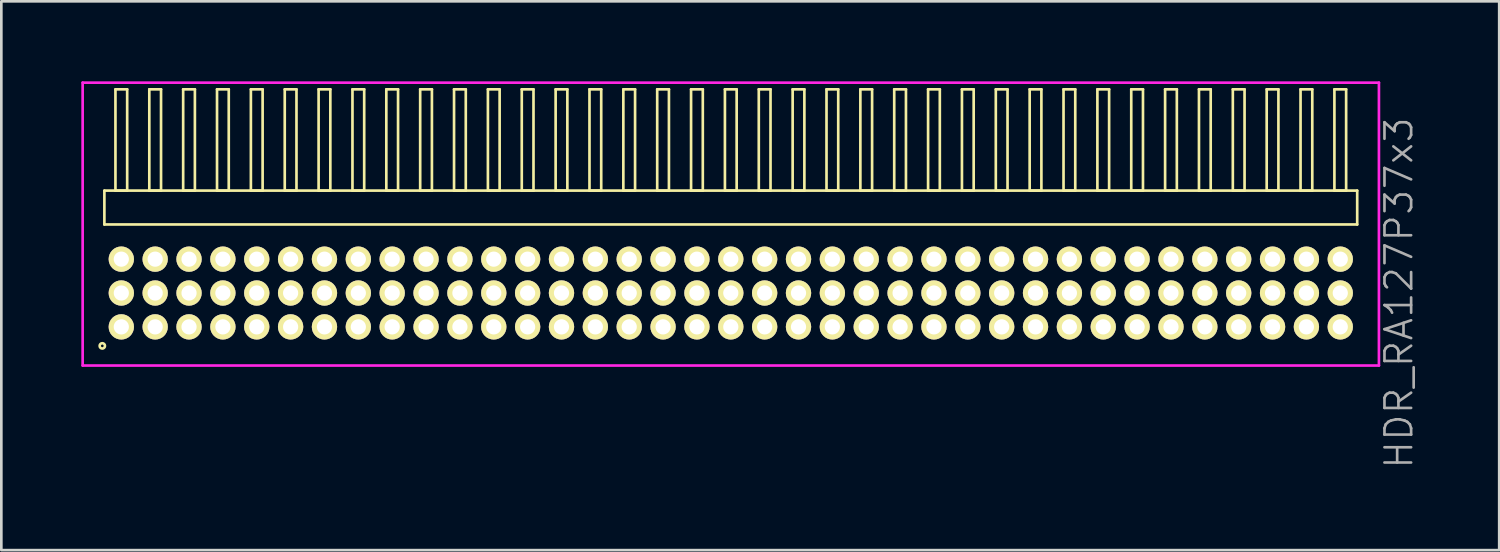
<source format=kicad_pcb>
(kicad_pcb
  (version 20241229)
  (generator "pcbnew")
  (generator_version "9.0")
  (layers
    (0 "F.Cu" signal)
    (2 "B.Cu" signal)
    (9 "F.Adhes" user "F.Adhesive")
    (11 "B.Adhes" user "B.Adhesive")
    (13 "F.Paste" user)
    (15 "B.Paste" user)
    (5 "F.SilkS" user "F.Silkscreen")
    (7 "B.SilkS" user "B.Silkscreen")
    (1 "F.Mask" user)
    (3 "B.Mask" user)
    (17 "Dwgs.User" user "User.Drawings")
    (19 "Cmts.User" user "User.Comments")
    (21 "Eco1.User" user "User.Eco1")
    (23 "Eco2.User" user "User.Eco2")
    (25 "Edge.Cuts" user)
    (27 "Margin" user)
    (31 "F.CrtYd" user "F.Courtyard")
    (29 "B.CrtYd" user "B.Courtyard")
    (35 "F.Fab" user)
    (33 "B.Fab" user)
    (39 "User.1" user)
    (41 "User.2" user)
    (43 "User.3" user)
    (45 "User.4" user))
  (footprint "HDR_RA127P37x3"
    (layer "F.Cu")
    (at 24.36 7.94)
    (property "Reference" "HDR_RA127P37x3" (at 25.06 0 90) (layer "F.Fab") (effects (font (size 1 1) (thickness 0.1))))
    (attr through_hole)
    (fp_line (start -23.495 -3.84) (end -23.495 -2.57) (stroke (width 0.1) (type solid)) (layer "F.SilkS"))
    (fp_line (start -23.495 -2.57) (end 23.495 -2.57) (stroke (width 0.1) (type solid)) (layer "F.SilkS"))
    (fp_line (start -23.08 -7.64) (end -23.08 -3.84) (stroke (width 0.1) (type solid)) (layer "F.SilkS"))
    (fp_line (start -23.08 -3.84) (end -22.64 -3.84) (stroke (width 0.1) (type solid)) (layer "F.SilkS"))
    (fp_line (start -22.64 -7.64) (end -23.08 -7.64) (stroke (width 0.1) (type solid)) (layer "F.SilkS"))
    (fp_line (start -22.64 -3.84) (end -22.64 -7.64) (stroke (width 0.1) (type solid)) (layer "F.SilkS"))
    (fp_line (start -21.81 -7.64) (end -21.81 -3.84) (stroke (width 0.1) (type solid)) (layer "F.SilkS"))
    (fp_line (start -21.81 -3.84) (end -21.37 -3.84) (stroke (width 0.1) (type solid)) (layer "F.SilkS"))
    (fp_line (start -21.37 -7.64) (end -21.81 -7.64) (stroke (width 0.1) (type solid)) (layer "F.SilkS"))
    (fp_line (start -21.37 -3.84) (end -21.37 -7.64) (stroke (width 0.1) (type solid)) (layer "F.SilkS"))
    (fp_line (start -20.54 -7.64) (end -20.54 -3.84) (stroke (width 0.1) (type solid)) (layer "F.SilkS"))
    (fp_line (start -20.54 -3.84) (end -20.1 -3.84) (stroke (width 0.1) (type solid)) (layer "F.SilkS"))
    (fp_line (start -20.1 -7.64) (end -20.54 -7.64) (stroke (width 0.1) (type solid)) (layer "F.SilkS"))
    (fp_line (start -20.1 -3.84) (end -20.1 -7.64) (stroke (width 0.1) (type solid)) (layer "F.SilkS"))
    (fp_line (start -19.27 -7.64) (end -19.27 -3.84) (stroke (width 0.1) (type solid)) (layer "F.SilkS"))
    (fp_line (start -19.27 -3.84) (end -18.83 -3.84) (stroke (width 0.1) (type solid)) (layer "F.SilkS"))
    (fp_line (start -18.83 -7.64) (end -19.27 -7.64) (stroke (width 0.1) (type solid)) (layer "F.SilkS"))
    (fp_line (start -18.83 -3.84) (end -18.83 -7.64) (stroke (width 0.1) (type solid)) (layer "F.SilkS"))
    (fp_line (start -18 -7.64) (end -18 -3.84) (stroke (width 0.1) (type solid)) (layer "F.SilkS"))
    (fp_line (start -18 -3.84) (end -17.56 -3.84) (stroke (width 0.1) (type solid)) (layer "F.SilkS"))
    (fp_line (start -17.56 -7.64) (end -18 -7.64) (stroke (width 0.1) (type solid)) (layer "F.SilkS"))
    (fp_line (start -17.56 -3.84) (end -17.56 -7.64) (stroke (width 0.1) (type solid)) (layer "F.SilkS"))
    (fp_line (start -16.73 -7.64) (end -16.73 -3.84) (stroke (width 0.1) (type solid)) (layer "F.SilkS"))
    (fp_line (start -16.73 -3.84) (end -16.29 -3.84) (stroke (width 0.1) (type solid)) (layer "F.SilkS"))
    (fp_line (start -16.29 -7.64) (end -16.73 -7.64) (stroke (width 0.1) (type solid)) (layer "F.SilkS"))
    (fp_line (start -16.29 -3.84) (end -16.29 -7.64) (stroke (width 0.1) (type solid)) (layer "F.SilkS"))
    (fp_line (start -15.46 -7.64) (end -15.46 -3.84) (stroke (width 0.1) (type solid)) (layer "F.SilkS"))
    (fp_line (start -15.46 -3.84) (end -15.02 -3.84) (stroke (width 0.1) (type solid)) (layer "F.SilkS"))
    (fp_line (start -15.02 -7.64) (end -15.46 -7.64) (stroke (width 0.1) (type solid)) (layer "F.SilkS"))
    (fp_line (start -15.02 -3.84) (end -15.02 -7.64) (stroke (width 0.1) (type solid)) (layer "F.SilkS"))
    (fp_line (start -14.19 -7.64) (end -14.19 -3.84) (stroke (width 0.1) (type solid)) (layer "F.SilkS"))
    (fp_line (start -14.19 -3.84) (end -13.75 -3.84) (stroke (width 0.1) (type solid)) (layer "F.SilkS"))
    (fp_line (start -13.75 -7.64) (end -14.19 -7.64) (stroke (width 0.1) (type solid)) (layer "F.SilkS"))
    (fp_line (start -13.75 -3.84) (end -13.75 -7.64) (stroke (width 0.1) (type solid)) (layer "F.SilkS"))
    (fp_line (start -12.92 -7.64) (end -12.92 -3.84) (stroke (width 0.1) (type solid)) (layer "F.SilkS"))
    (fp_line (start -12.92 -3.84) (end -12.48 -3.84) (stroke (width 0.1) (type solid)) (layer "F.SilkS"))
    (fp_line (start -12.48 -7.64) (end -12.92 -7.64) (stroke (width 0.1) (type solid)) (layer "F.SilkS"))
    (fp_line (start -12.48 -3.84) (end -12.48 -7.64) (stroke (width 0.1) (type solid)) (layer "F.SilkS"))
    (fp_line (start -11.65 -7.64) (end -11.65 -3.84) (stroke (width 0.1) (type solid)) (layer "F.SilkS"))
    (fp_line (start -11.65 -3.84) (end -11.21 -3.84) (stroke (width 0.1) (type solid)) (layer "F.SilkS"))
    (fp_line (start -11.21 -7.64) (end -11.65 -7.64) (stroke (width 0.1) (type solid)) (layer "F.SilkS"))
    (fp_line (start -11.21 -3.84) (end -11.21 -7.64) (stroke (width 0.1) (type solid)) (layer "F.SilkS"))
    (fp_line (start -10.38 -7.64) (end -10.38 -3.84) (stroke (width 0.1) (type solid)) (layer "F.SilkS"))
    (fp_line (start -10.38 -3.84) (end -9.94 -3.84) (stroke (width 0.1) (type solid)) (layer "F.SilkS"))
    (fp_line (start -9.94 -7.64) (end -10.38 -7.64) (stroke (width 0.1) (type solid)) (layer "F.SilkS"))
    (fp_line (start -9.94 -3.84) (end -9.94 -7.64) (stroke (width 0.1) (type solid)) (layer "F.SilkS"))
    (fp_line (start -9.11 -7.64) (end -9.11 -3.84) (stroke (width 0.1) (type solid)) (layer "F.SilkS"))
    (fp_line (start -9.11 -3.84) (end -8.67 -3.84) (stroke (width 0.1) (type solid)) (layer "F.SilkS"))
    (fp_line (start -8.67 -7.64) (end -9.11 -7.64) (stroke (width 0.1) (type solid)) (layer "F.SilkS"))
    (fp_line (start -8.67 -3.84) (end -8.67 -7.64) (stroke (width 0.1) (type solid)) (layer "F.SilkS"))
    (fp_line (start -7.84 -7.64) (end -7.84 -3.84) (stroke (width 0.1) (type solid)) (layer "F.SilkS"))
    (fp_line (start -7.84 -3.84) (end -7.4 -3.84) (stroke (width 0.1) (type solid)) (layer "F.SilkS"))
    (fp_line (start -7.4 -7.64) (end -7.84 -7.64) (stroke (width 0.1) (type solid)) (layer "F.SilkS"))
    (fp_line (start -7.4 -3.84) (end -7.4 -7.64) (stroke (width 0.1) (type solid)) (layer "F.SilkS"))
    (fp_line (start -6.57 -7.64) (end -6.57 -3.84) (stroke (width 0.1) (type solid)) (layer "F.SilkS"))
    (fp_line (start -6.57 -3.84) (end -6.13 -3.84) (stroke (width 0.1) (type solid)) (layer "F.SilkS"))
    (fp_line (start -6.13 -7.64) (end -6.57 -7.64) (stroke (width 0.1) (type solid)) (layer "F.SilkS"))
    (fp_line (start -6.13 -3.84) (end -6.13 -7.64) (stroke (width 0.1) (type solid)) (layer "F.SilkS"))
    (fp_line (start -5.3 -7.64) (end -5.3 -3.84) (stroke (width 0.1) (type solid)) (layer "F.SilkS"))
    (fp_line (start -5.3 -3.84) (end -4.86 -3.84) (stroke (width 0.1) (type solid)) (layer "F.SilkS"))
    (fp_line (start -4.86 -7.64) (end -5.3 -7.64) (stroke (width 0.1) (type solid)) (layer "F.SilkS"))
    (fp_line (start -4.86 -3.84) (end -4.86 -7.64) (stroke (width 0.1) (type solid)) (layer "F.SilkS"))
    (fp_line (start -4.03 -7.64) (end -4.03 -3.84) (stroke (width 0.1) (type solid)) (layer "F.SilkS"))
    (fp_line (start -4.03 -3.84) (end -3.59 -3.84) (stroke (width 0.1) (type solid)) (layer "F.SilkS"))
    (fp_line (start -3.59 -7.64) (end -4.03 -7.64) (stroke (width 0.1) (type solid)) (layer "F.SilkS"))
    (fp_line (start -3.59 -3.84) (end -3.59 -7.64) (stroke (width 0.1) (type solid)) (layer "F.SilkS"))
    (fp_line (start -2.76 -7.64) (end -2.76 -3.84) (stroke (width 0.1) (type solid)) (layer "F.SilkS"))
    (fp_line (start -2.76 -3.84) (end -2.32 -3.84) (stroke (width 0.1) (type solid)) (layer "F.SilkS"))
    (fp_line (start -2.32 -7.64) (end -2.76 -7.64) (stroke (width 0.1) (type solid)) (layer "F.SilkS"))
    (fp_line (start -2.32 -3.84) (end -2.32 -7.64) (stroke (width 0.1) (type solid)) (layer "F.SilkS"))
    (fp_line (start -1.49 -7.64) (end -1.49 -3.84) (stroke (width 0.1) (type solid)) (layer "F.SilkS"))
    (fp_line (start -1.49 -3.84) (end -1.05 -3.84) (stroke (width 0.1) (type solid)) (layer "F.SilkS"))
    (fp_line (start -1.05 -7.64) (end -1.49 -7.64) (stroke (width 0.1) (type solid)) (layer "F.SilkS"))
    (fp_line (start -1.05 -3.84) (end -1.05 -7.64) (stroke (width 0.1) (type solid)) (layer "F.SilkS"))
    (fp_line (start -0.22 -7.64) (end -0.22 -3.84) (stroke (width 0.1) (type solid)) (layer "F.SilkS"))
    (fp_line (start -0.22 -3.84) (end 0.22 -3.84) (stroke (width 0.1) (type solid)) (layer "F.SilkS"))
    (fp_line (start 0.22 -7.64) (end -0.22 -7.64) (stroke (width 0.1) (type solid)) (layer "F.SilkS"))
    (fp_line (start 0.22 -3.84) (end 0.22 -7.64) (stroke (width 0.1) (type solid)) (layer "F.SilkS"))
    (fp_line (start 1.05 -7.64) (end 1.05 -3.84) (stroke (width 0.1) (type solid)) (layer "F.SilkS"))
    (fp_line (start 1.05 -3.84) (end 1.49 -3.84) (stroke (width 0.1) (type solid)) (layer "F.SilkS"))
    (fp_line (start 1.49 -7.64) (end 1.05 -7.64) (stroke (width 0.1) (type solid)) (layer "F.SilkS"))
    (fp_line (start 1.49 -3.84) (end 1.49 -7.64) (stroke (width 0.1) (type solid)) (layer "F.SilkS"))
    (fp_line (start 2.32 -7.64) (end 2.32 -3.84) (stroke (width 0.1) (type solid)) (layer "F.SilkS"))
    (fp_line (start 2.32 -3.84) (end 2.76 -3.84) (stroke (width 0.1) (type solid)) (layer "F.SilkS"))
    (fp_line (start 2.76 -7.64) (end 2.32 -7.64) (stroke (width 0.1) (type solid)) (layer "F.SilkS"))
    (fp_line (start 2.76 -3.84) (end 2.76 -7.64) (stroke (width 0.1) (type solid)) (layer "F.SilkS"))
    (fp_line (start 3.59 -7.64) (end 3.59 -3.84) (stroke (width 0.1) (type solid)) (layer "F.SilkS"))
    (fp_line (start 3.59 -3.84) (end 4.03 -3.84) (stroke (width 0.1) (type solid)) (layer "F.SilkS"))
    (fp_line (start 4.03 -7.64) (end 3.59 -7.64) (stroke (width 0.1) (type solid)) (layer "F.SilkS"))
    (fp_line (start 4.03 -3.84) (end 4.03 -7.64) (stroke (width 0.1) (type solid)) (layer "F.SilkS"))
    (fp_line (start 4.86 -7.64) (end 4.86 -3.84) (stroke (width 0.1) (type solid)) (layer "F.SilkS"))
    (fp_line (start 4.86 -3.84) (end 5.3 -3.84) (stroke (width 0.1) (type solid)) (layer "F.SilkS"))
    (fp_line (start 5.3 -7.64) (end 4.86 -7.64) (stroke (width 0.1) (type solid)) (layer "F.SilkS"))
    (fp_line (start 5.3 -3.84) (end 5.3 -7.64) (stroke (width 0.1) (type solid)) (layer "F.SilkS"))
    (fp_line (start 6.13 -7.64) (end 6.13 -3.84) (stroke (width 0.1) (type solid)) (layer "F.SilkS"))
    (fp_line (start 6.13 -3.84) (end 6.57 -3.84) (stroke (width 0.1) (type solid)) (layer "F.SilkS"))
    (fp_line (start 6.57 -7.64) (end 6.13 -7.64) (stroke (width 0.1) (type solid)) (layer "F.SilkS"))
    (fp_line (start 6.57 -3.84) (end 6.57 -7.64) (stroke (width 0.1) (type solid)) (layer "F.SilkS"))
    (fp_line (start 7.4 -7.64) (end 7.4 -3.84) (stroke (width 0.1) (type solid)) (layer "F.SilkS"))
    (fp_line (start 7.4 -3.84) (end 7.84 -3.84) (stroke (width 0.1) (type solid)) (layer "F.SilkS"))
    (fp_line (start 7.84 -7.64) (end 7.4 -7.64) (stroke (width 0.1) (type solid)) (layer "F.SilkS"))
    (fp_line (start 7.84 -3.84) (end 7.84 -7.64) (stroke (width 0.1) (type solid)) (layer "F.SilkS"))
    (fp_line (start 8.67 -7.64) (end 8.67 -3.84) (stroke (width 0.1) (type solid)) (layer "F.SilkS"))
    (fp_line (start 8.67 -3.84) (end 9.11 -3.84) (stroke (width 0.1) (type solid)) (layer "F.SilkS"))
    (fp_line (start 9.11 -7.64) (end 8.67 -7.64) (stroke (width 0.1) (type solid)) (layer "F.SilkS"))
    (fp_line (start 9.11 -3.84) (end 9.11 -7.64) (stroke (width 0.1) (type solid)) (layer "F.SilkS"))
    (fp_line (start 9.94 -7.64) (end 9.94 -3.84) (stroke (width 0.1) (type solid)) (layer "F.SilkS"))
    (fp_line (start 9.94 -3.84) (end 10.38 -3.84) (stroke (width 0.1) (type solid)) (layer "F.SilkS"))
    (fp_line (start 10.38 -7.64) (end 9.94 -7.64) (stroke (width 0.1) (type solid)) (layer "F.SilkS"))
    (fp_line (start 10.38 -3.84) (end 10.38 -7.64) (stroke (width 0.1) (type solid)) (layer "F.SilkS"))
    (fp_line (start 11.21 -7.64) (end 11.21 -3.84) (stroke (width 0.1) (type solid)) (layer "F.SilkS"))
    (fp_line (start 11.21 -3.84) (end 11.65 -3.84) (stroke (width 0.1) (type solid)) (layer "F.SilkS"))
    (fp_line (start 11.65 -7.64) (end 11.21 -7.64) (stroke (width 0.1) (type solid)) (layer "F.SilkS"))
    (fp_line (start 11.65 -3.84) (end 11.65 -7.64) (stroke (width 0.1) (type solid)) (layer "F.SilkS"))
    (fp_line (start 12.48 -7.64) (end 12.48 -3.84) (stroke (width 0.1) (type solid)) (layer "F.SilkS"))
    (fp_line (start 12.48 -3.84) (end 12.92 -3.84) (stroke (width 0.1) (type solid)) (layer "F.SilkS"))
    (fp_line (start 12.92 -7.64) (end 12.48 -7.64) (stroke (width 0.1) (type solid)) (layer "F.SilkS"))
    (fp_line (start 12.92 -3.84) (end 12.92 -7.64) (stroke (width 0.1) (type solid)) (layer "F.SilkS"))
    (fp_line (start 13.75 -7.64) (end 13.75 -3.84) (stroke (width 0.1) (type solid)) (layer "F.SilkS"))
    (fp_line (start 13.75 -3.84) (end 14.19 -3.84) (stroke (width 0.1) (type solid)) (layer "F.SilkS"))
    (fp_line (start 14.19 -7.64) (end 13.75 -7.64) (stroke (width 0.1) (type solid)) (layer "F.SilkS"))
    (fp_line (start 14.19 -3.84) (end 14.19 -7.64) (stroke (width 0.1) (type solid)) (layer "F.SilkS"))
    (fp_line (start 15.02 -7.64) (end 15.02 -3.84) (stroke (width 0.1) (type solid)) (layer "F.SilkS"))
    (fp_line (start 15.02 -3.84) (end 15.46 -3.84) (stroke (width 0.1) (type solid)) (layer "F.SilkS"))
    (fp_line (start 15.46 -7.64) (end 15.02 -7.64) (stroke (width 0.1) (type solid)) (layer "F.SilkS"))
    (fp_line (start 15.46 -3.84) (end 15.46 -7.64) (stroke (width 0.1) (type solid)) (layer "F.SilkS"))
    (fp_line (start 16.29 -7.64) (end 16.29 -3.84) (stroke (width 0.1) (type solid)) (layer "F.SilkS"))
    (fp_line (start 16.29 -3.84) (end 16.73 -3.84) (stroke (width 0.1) (type solid)) (layer "F.SilkS"))
    (fp_line (start 16.73 -7.64) (end 16.29 -7.64) (stroke (width 0.1) (type solid)) (layer "F.SilkS"))
    (fp_line (start 16.73 -3.84) (end 16.73 -7.64) (stroke (width 0.1) (type solid)) (layer "F.SilkS"))
    (fp_line (start 17.56 -7.64) (end 17.56 -3.84) (stroke (width 0.1) (type solid)) (layer "F.SilkS"))
    (fp_line (start 17.56 -3.84) (end 18 -3.84) (stroke (width 0.1) (type solid)) (layer "F.SilkS"))
    (fp_line (start 18 -7.64) (end 17.56 -7.64) (stroke (width 0.1) (type solid)) (layer "F.SilkS"))
    (fp_line (start 18 -3.84) (end 18 -7.64) (stroke (width 0.1) (type solid)) (layer "F.SilkS"))
    (fp_line (start 18.83 -7.64) (end 18.83 -3.84) (stroke (width 0.1) (type solid)) (layer "F.SilkS"))
    (fp_line (start 18.83 -3.84) (end 19.27 -3.84) (stroke (width 0.1) (type solid)) (layer "F.SilkS"))
    (fp_line (start 19.27 -7.64) (end 18.83 -7.64) (stroke (width 0.1) (type solid)) (layer "F.SilkS"))
    (fp_line (start 19.27 -3.84) (end 19.27 -7.64) (stroke (width 0.1) (type solid)) (layer "F.SilkS"))
    (fp_line (start 20.1 -7.64) (end 20.1 -3.84) (stroke (width 0.1) (type solid)) (layer "F.SilkS"))
    (fp_line (start 20.1 -3.84) (end 20.54 -3.84) (stroke (width 0.1) (type solid)) (layer "F.SilkS"))
    (fp_line (start 20.54 -7.64) (end 20.1 -7.64) (stroke (width 0.1) (type solid)) (layer "F.SilkS"))
    (fp_line (start 20.54 -3.84) (end 20.54 -7.64) (stroke (width 0.1) (type solid)) (layer "F.SilkS"))
    (fp_line (start 21.37 -7.64) (end 21.37 -3.84) (stroke (width 0.1) (type solid)) (layer "F.SilkS"))
    (fp_line (start 21.37 -3.84) (end 21.81 -3.84) (stroke (width 0.1) (type solid)) (layer "F.SilkS"))
    (fp_line (start 21.81 -7.64) (end 21.37 -7.64) (stroke (width 0.1) (type solid)) (layer "F.SilkS"))
    (fp_line (start 21.81 -3.84) (end 21.81 -7.64) (stroke (width 0.1) (type solid)) (layer "F.SilkS"))
    (fp_line (start 22.64 -7.64) (end 22.64 -3.84) (stroke (width 0.1) (type solid)) (layer "F.SilkS"))
    (fp_line (start 22.64 -3.84) (end 23.08 -3.84) (stroke (width 0.1) (type solid)) (layer "F.SilkS"))
    (fp_line (start 23.08 -7.64) (end 22.64 -7.64) (stroke (width 0.1) (type solid)) (layer "F.SilkS"))
    (fp_line (start 23.08 -3.84) (end 23.08 -7.64) (stroke (width 0.1) (type solid)) (layer "F.SilkS"))
    (fp_line (start 23.495 -3.84) (end -23.495 -3.84) (stroke (width 0.1) (type solid)) (layer "F.SilkS"))
    (fp_line (start 23.495 -2.57) (end 23.495 -3.84) (stroke (width 0.1) (type solid)) (layer "F.SilkS"))
    (fp_circle (center -23.573 1.983) (end -23.473 1.983) (stroke (width 0.1) (type solid)) (fill no) (layer "F.SilkS"))
    (fp_line (start -24.31 -7.89) (end -24.31 2.72) (stroke (width 0.1) (type solid)) (layer "F.CrtYd"))
    (fp_line (start -24.31 2.72) (end 24.31 2.72) (stroke (width 0.1) (type solid)) (layer "F.CrtYd"))
    (fp_line (start 24.31 -7.89) (end -24.31 -7.89) (stroke (width 0.1) (type solid)) (layer "F.CrtYd"))
    (fp_line (start 24.31 2.72) (end 24.31 -7.89) (stroke (width 0.1) (type solid)) (layer "F.CrtYd"))
    (pad "1" thru_hole oval (at -22.86 1.27) (size 0.95 0.95) (drill 0.57) (layers "*.Cu" "*.Mask" "F.SilkS"))
    (pad "2" thru_hole oval (at -22.86 0) (size 0.95 0.95) (drill 0.57) (layers "*.Cu" "*.Mask" "F.SilkS"))
    (pad "3" thru_hole oval (at -22.86 -1.27) (size 0.95 0.95) (drill 0.57) (layers "*.Cu" "*.Mask" "F.SilkS"))
    (pad "4" thru_hole oval (at -21.59 1.27) (size 0.95 0.95) (drill 0.57) (layers "*.Cu" "*.Mask" "F.SilkS"))
    (pad "5" thru_hole oval (at -21.59 0) (size 0.95 0.95) (drill 0.57) (layers "*.Cu" "*.Mask" "F.SilkS"))
    (pad "6" thru_hole oval (at -21.59 -1.27) (size 0.95 0.95) (drill 0.57) (layers "*.Cu" "*.Mask" "F.SilkS"))
    (pad "7" thru_hole oval (at -20.32 1.27) (size 0.95 0.95) (drill 0.57) (layers "*.Cu" "*.Mask" "F.SilkS"))
    (pad "8" thru_hole oval (at -20.32 0) (size 0.95 0.95) (drill 0.57) (layers "*.Cu" "*.Mask" "F.SilkS"))
    (pad "9" thru_hole oval (at -20.32 -1.27) (size 0.95 0.95) (drill 0.57) (layers "*.Cu" "*.Mask" "F.SilkS"))
    (pad "10" thru_hole oval (at -19.05 1.27) (size 0.95 0.95) (drill 0.57) (layers "*.Cu" "*.Mask" "F.SilkS"))
    (pad "11" thru_hole oval (at -19.05 0) (size 0.95 0.95) (drill 0.57) (layers "*.Cu" "*.Mask" "F.SilkS"))
    (pad "12" thru_hole oval (at -19.05 -1.27) (size 0.95 0.95) (drill 0.57) (layers "*.Cu" "*.Mask" "F.SilkS"))
    (pad "13" thru_hole oval (at -17.78 1.27) (size 0.95 0.95) (drill 0.57) (layers "*.Cu" "*.Mask" "F.SilkS"))
    (pad "14" thru_hole oval (at -17.78 0) (size 0.95 0.95) (drill 0.57) (layers "*.Cu" "*.Mask" "F.SilkS"))
    (pad "15" thru_hole oval (at -17.78 -1.27) (size 0.95 0.95) (drill 0.57) (layers "*.Cu" "*.Mask" "F.SilkS"))
    (pad "16" thru_hole oval (at -16.51 1.27) (size 0.95 0.95) (drill 0.57) (layers "*.Cu" "*.Mask" "F.SilkS"))
    (pad "17" thru_hole oval (at -16.51 0) (size 0.95 0.95) (drill 0.57) (layers "*.Cu" "*.Mask" "F.SilkS"))
    (pad "18" thru_hole oval (at -16.51 -1.27) (size 0.95 0.95) (drill 0.57) (layers "*.Cu" "*.Mask" "F.SilkS"))
    (pad "19" thru_hole oval (at -15.24 1.27) (size 0.95 0.95) (drill 0.57) (layers "*.Cu" "*.Mask" "F.SilkS"))
    (pad "20" thru_hole oval (at -15.24 0) (size 0.95 0.95) (drill 0.57) (layers "*.Cu" "*.Mask" "F.SilkS"))
    (pad "21" thru_hole oval (at -15.24 -1.27) (size 0.95 0.95) (drill 0.57) (layers "*.Cu" "*.Mask" "F.SilkS"))
    (pad "22" thru_hole oval (at -13.97 1.27) (size 0.95 0.95) (drill 0.57) (layers "*.Cu" "*.Mask" "F.SilkS"))
    (pad "23" thru_hole oval (at -13.97 0) (size 0.95 0.95) (drill 0.57) (layers "*.Cu" "*.Mask" "F.SilkS"))
    (pad "24" thru_hole oval (at -13.97 -1.27) (size 0.95 0.95) (drill 0.57) (layers "*.Cu" "*.Mask" "F.SilkS"))
    (pad "25" thru_hole oval (at -12.7 1.27) (size 0.95 0.95) (drill 0.57) (layers "*.Cu" "*.Mask" "F.SilkS"))
    (pad "26" thru_hole oval (at -12.7 0) (size 0.95 0.95) (drill 0.57) (layers "*.Cu" "*.Mask" "F.SilkS"))
    (pad "27" thru_hole oval (at -12.7 -1.27) (size 0.95 0.95) (drill 0.57) (layers "*.Cu" "*.Mask" "F.SilkS"))
    (pad "28" thru_hole oval (at -11.43 1.27) (size 0.95 0.95) (drill 0.57) (layers "*.Cu" "*.Mask" "F.SilkS"))
    (pad "29" thru_hole oval (at -11.43 0) (size 0.95 0.95) (drill 0.57) (layers "*.Cu" "*.Mask" "F.SilkS"))
    (pad "30" thru_hole oval (at -11.43 -1.27) (size 0.95 0.95) (drill 0.57) (layers "*.Cu" "*.Mask" "F.SilkS"))
    (pad "31" thru_hole oval (at -10.16 1.27) (size 0.95 0.95) (drill 0.57) (layers "*.Cu" "*.Mask" "F.SilkS"))
    (pad "32" thru_hole oval (at -10.16 0) (size 0.95 0.95) (drill 0.57) (layers "*.Cu" "*.Mask" "F.SilkS"))
    (pad "33" thru_hole oval (at -10.16 -1.27) (size 0.95 0.95) (drill 0.57) (layers "*.Cu" "*.Mask" "F.SilkS"))
    (pad "34" thru_hole oval (at -8.89 1.27) (size 0.95 0.95) (drill 0.57) (layers "*.Cu" "*.Mask" "F.SilkS"))
    (pad "35" thru_hole oval (at -8.89 0) (size 0.95 0.95) (drill 0.57) (layers "*.Cu" "*.Mask" "F.SilkS"))
    (pad "36" thru_hole oval (at -8.89 -1.27) (size 0.95 0.95) (drill 0.57) (layers "*.Cu" "*.Mask" "F.SilkS"))
    (pad "37" thru_hole oval (at -7.62 1.27) (size 0.95 0.95) (drill 0.57) (layers "*.Cu" "*.Mask" "F.SilkS"))
    (pad "38" thru_hole oval (at -7.62 0) (size 0.95 0.95) (drill 0.57) (layers "*.Cu" "*.Mask" "F.SilkS"))
    (pad "39" thru_hole oval (at -7.62 -1.27) (size 0.95 0.95) (drill 0.57) (layers "*.Cu" "*.Mask" "F.SilkS"))
    (pad "40" thru_hole oval (at -6.35 1.27) (size 0.95 0.95) (drill 0.57) (layers "*.Cu" "*.Mask" "F.SilkS"))
    (pad "41" thru_hole oval (at -6.35 0) (size 0.95 0.95) (drill 0.57) (layers "*.Cu" "*.Mask" "F.SilkS"))
    (pad "42" thru_hole oval (at -6.35 -1.27) (size 0.95 0.95) (drill 0.57) (layers "*.Cu" "*.Mask" "F.SilkS"))
    (pad "43" thru_hole oval (at -5.08 1.27) (size 0.95 0.95) (drill 0.57) (layers "*.Cu" "*.Mask" "F.SilkS"))
    (pad "44" thru_hole oval (at -5.08 0) (size 0.95 0.95) (drill 0.57) (layers "*.Cu" "*.Mask" "F.SilkS"))
    (pad "45" thru_hole oval (at -5.08 -1.27) (size 0.95 0.95) (drill 0.57) (layers "*.Cu" "*.Mask" "F.SilkS"))
    (pad "46" thru_hole oval (at -3.81 1.27) (size 0.95 0.95) (drill 0.57) (layers "*.Cu" "*.Mask" "F.SilkS"))
    (pad "47" thru_hole oval (at -3.81 0) (size 0.95 0.95) (drill 0.57) (layers "*.Cu" "*.Mask" "F.SilkS"))
    (pad "48" thru_hole oval (at -3.81 -1.27) (size 0.95 0.95) (drill 0.57) (layers "*.Cu" "*.Mask" "F.SilkS"))
    (pad "49" thru_hole oval (at -2.54 1.27) (size 0.95 0.95) (drill 0.57) (layers "*.Cu" "*.Mask" "F.SilkS"))
    (pad "50" thru_hole oval (at -2.54 0) (size 0.95 0.95) (drill 0.57) (layers "*.Cu" "*.Mask" "F.SilkS"))
    (pad "51" thru_hole oval (at -2.54 -1.27) (size 0.95 0.95) (drill 0.57) (layers "*.Cu" "*.Mask" "F.SilkS"))
    (pad "52" thru_hole oval (at -1.27 1.27) (size 0.95 0.95) (drill 0.57) (layers "*.Cu" "*.Mask" "F.SilkS"))
    (pad "53" thru_hole oval (at -1.27 0) (size 0.95 0.95) (drill 0.57) (layers "*.Cu" "*.Mask" "F.SilkS"))
    (pad "54" thru_hole oval (at -1.27 -1.27) (size 0.95 0.95) (drill 0.57) (layers "*.Cu" "*.Mask" "F.SilkS"))
    (pad "55" thru_hole oval (at 0 1.27) (size 0.95 0.95) (drill 0.57) (layers "*.Cu" "*.Mask" "F.SilkS"))
    (pad "56" thru_hole oval (at 0 0) (size 0.95 0.95) (drill 0.57) (layers "*.Cu" "*.Mask" "F.SilkS"))
    (pad "57" thru_hole oval (at 0 -1.27) (size 0.95 0.95) (drill 0.57) (layers "*.Cu" "*.Mask" "F.SilkS"))
    (pad "58" thru_hole oval (at 1.27 1.27) (size 0.95 0.95) (drill 0.57) (layers "*.Cu" "*.Mask" "F.SilkS"))
    (pad "59" thru_hole oval (at 1.27 0) (size 0.95 0.95) (drill 0.57) (layers "*.Cu" "*.Mask" "F.SilkS"))
    (pad "60" thru_hole oval (at 1.27 -1.27) (size 0.95 0.95) (drill 0.57) (layers "*.Cu" "*.Mask" "F.SilkS"))
    (pad "61" thru_hole oval (at 2.54 1.27) (size 0.95 0.95) (drill 0.57) (layers "*.Cu" "*.Mask" "F.SilkS"))
    (pad "62" thru_hole oval (at 2.54 0) (size 0.95 0.95) (drill 0.57) (layers "*.Cu" "*.Mask" "F.SilkS"))
    (pad "63" thru_hole oval (at 2.54 -1.27) (size 0.95 0.95) (drill 0.57) (layers "*.Cu" "*.Mask" "F.SilkS"))
    (pad "64" thru_hole oval (at 3.81 1.27) (size 0.95 0.95) (drill 0.57) (layers "*.Cu" "*.Mask" "F.SilkS"))
    (pad "65" thru_hole oval (at 3.81 0) (size 0.95 0.95) (drill 0.57) (layers "*.Cu" "*.Mask" "F.SilkS"))
    (pad "66" thru_hole oval (at 3.81 -1.27) (size 0.95 0.95) (drill 0.57) (layers "*.Cu" "*.Mask" "F.SilkS"))
    (pad "67" thru_hole oval (at 5.08 1.27) (size 0.95 0.95) (drill 0.57) (layers "*.Cu" "*.Mask" "F.SilkS"))
    (pad "68" thru_hole oval (at 5.08 0) (size 0.95 0.95) (drill 0.57) (layers "*.Cu" "*.Mask" "F.SilkS"))
    (pad "69" thru_hole oval (at 5.08 -1.27) (size 0.95 0.95) (drill 0.57) (layers "*.Cu" "*.Mask" "F.SilkS"))
    (pad "70" thru_hole oval (at 6.35 1.27) (size 0.95 0.95) (drill 0.57) (layers "*.Cu" "*.Mask" "F.SilkS"))
    (pad "71" thru_hole oval (at 6.35 0) (size 0.95 0.95) (drill 0.57) (layers "*.Cu" "*.Mask" "F.SilkS"))
    (pad "72" thru_hole oval (at 6.35 -1.27) (size 0.95 0.95) (drill 0.57) (layers "*.Cu" "*.Mask" "F.SilkS"))
    (pad "73" thru_hole oval (at 7.62 1.27) (size 0.95 0.95) (drill 0.57) (layers "*.Cu" "*.Mask" "F.SilkS"))
    (pad "74" thru_hole oval (at 7.62 0) (size 0.95 0.95) (drill 0.57) (layers "*.Cu" "*.Mask" "F.SilkS"))
    (pad "75" thru_hole oval (at 7.62 -1.27) (size 0.95 0.95) (drill 0.57) (layers "*.Cu" "*.Mask" "F.SilkS"))
    (pad "76" thru_hole oval (at 8.89 1.27) (size 0.95 0.95) (drill 0.57) (layers "*.Cu" "*.Mask" "F.SilkS"))
    (pad "77" thru_hole oval (at 8.89 0) (size 0.95 0.95) (drill 0.57) (layers "*.Cu" "*.Mask" "F.SilkS"))
    (pad "78" thru_hole oval (at 8.89 -1.27) (size 0.95 0.95) (drill 0.57) (layers "*.Cu" "*.Mask" "F.SilkS"))
    (pad "79" thru_hole oval (at 10.16 1.27) (size 0.95 0.95) (drill 0.57) (layers "*.Cu" "*.Mask" "F.SilkS"))
    (pad "80" thru_hole oval (at 10.16 0) (size 0.95 0.95) (drill 0.57) (layers "*.Cu" "*.Mask" "F.SilkS"))
    (pad "81" thru_hole oval (at 10.16 -1.27) (size 0.95 0.95) (drill 0.57) (layers "*.Cu" "*.Mask" "F.SilkS"))
    (pad "82" thru_hole oval (at 11.43 1.27) (size 0.95 0.95) (drill 0.57) (layers "*.Cu" "*.Mask" "F.SilkS"))
    (pad "83" thru_hole oval (at 11.43 0) (size 0.95 0.95) (drill 0.57) (layers "*.Cu" "*.Mask" "F.SilkS"))
    (pad "84" thru_hole oval (at 11.43 -1.27) (size 0.95 0.95) (drill 0.57) (layers "*.Cu" "*.Mask" "F.SilkS"))
    (pad "85" thru_hole oval (at 12.7 1.27) (size 0.95 0.95) (drill 0.57) (layers "*.Cu" "*.Mask" "F.SilkS"))
    (pad "86" thru_hole oval (at 12.7 0) (size 0.95 0.95) (drill 0.57) (layers "*.Cu" "*.Mask" "F.SilkS"))
    (pad "87" thru_hole oval (at 12.7 -1.27) (size 0.95 0.95) (drill 0.57) (layers "*.Cu" "*.Mask" "F.SilkS"))
    (pad "88" thru_hole oval (at 13.97 1.27) (size 0.95 0.95) (drill 0.57) (layers "*.Cu" "*.Mask" "F.SilkS"))
    (pad "89" thru_hole oval (at 13.97 0) (size 0.95 0.95) (drill 0.57) (layers "*.Cu" "*.Mask" "F.SilkS"))
    (pad "90" thru_hole oval (at 13.97 -1.27) (size 0.95 0.95) (drill 0.57) (layers "*.Cu" "*.Mask" "F.SilkS"))
    (pad "91" thru_hole oval (at 15.24 1.27) (size 0.95 0.95) (drill 0.57) (layers "*.Cu" "*.Mask" "F.SilkS"))
    (pad "92" thru_hole oval (at 15.24 0) (size 0.95 0.95) (drill 0.57) (layers "*.Cu" "*.Mask" "F.SilkS"))
    (pad "93" thru_hole oval (at 15.24 -1.27) (size 0.95 0.95) (drill 0.57) (layers "*.Cu" "*.Mask" "F.SilkS"))
    (pad "94" thru_hole oval (at 16.51 1.27) (size 0.95 0.95) (drill 0.57) (layers "*.Cu" "*.Mask" "F.SilkS"))
    (pad "95" thru_hole oval (at 16.51 0) (size 0.95 0.95) (drill 0.57) (layers "*.Cu" "*.Mask" "F.SilkS"))
    (pad "96" thru_hole oval (at 16.51 -1.27) (size 0.95 0.95) (drill 0.57) (layers "*.Cu" "*.Mask" "F.SilkS"))
    (pad "97" thru_hole oval (at 17.78 1.27) (size 0.95 0.95) (drill 0.57) (layers "*.Cu" "*.Mask" "F.SilkS"))
    (pad "98" thru_hole oval (at 17.78 0) (size 0.95 0.95) (drill 0.57) (layers "*.Cu" "*.Mask" "F.SilkS"))
    (pad "99" thru_hole oval (at 17.78 -1.27) (size 0.95 0.95) (drill 0.57) (layers "*.Cu" "*.Mask" "F.SilkS"))
    (pad "100" thru_hole oval (at 19.05 1.27) (size 0.95 0.95) (drill 0.57) (layers "*.Cu" "*.Mask" "F.SilkS"))
    (pad "101" thru_hole oval (at 19.05 0) (size 0.95 0.95) (drill 0.57) (layers "*.Cu" "*.Mask" "F.SilkS"))
    (pad "102" thru_hole oval (at 19.05 -1.27) (size 0.95 0.95) (drill 0.57) (layers "*.Cu" "*.Mask" "F.SilkS"))
    (pad "103" thru_hole oval (at 20.32 1.27) (size 0.95 0.95) (drill 0.57) (layers "*.Cu" "*.Mask" "F.SilkS"))
    (pad "104" thru_hole oval (at 20.32 0) (size 0.95 0.95) (drill 0.57) (layers "*.Cu" "*.Mask" "F.SilkS"))
    (pad "105" thru_hole oval (at 20.32 -1.27) (size 0.95 0.95) (drill 0.57) (layers "*.Cu" "*.Mask" "F.SilkS"))
    (pad "106" thru_hole oval (at 21.59 1.27) (size 0.95 0.95) (drill 0.57) (layers "*.Cu" "*.Mask" "F.SilkS"))
    (pad "107" thru_hole oval (at 21.59 0) (size 0.95 0.95) (drill 0.57) (layers "*.Cu" "*.Mask" "F.SilkS"))
    (pad "108" thru_hole oval (at 21.59 -1.27) (size 0.95 0.95) (drill 0.57) (layers "*.Cu" "*.Mask" "F.SilkS"))
    (pad "109" thru_hole oval (at 22.86 1.27) (size 0.95 0.95) (drill 0.57) (layers "*.Cu" "*.Mask" "F.SilkS"))
    (pad "110" thru_hole oval (at 22.86 0) (size 0.95 0.95) (drill 0.57) (layers "*.Cu" "*.Mask" "F.SilkS"))
    (pad "111" thru_hole oval (at 22.86 -1.27) (size 0.95 0.95) (drill 0.57) (layers "*.Cu" "*.Mask" "F.SilkS")))
  (gr_rect
    (start -3 -3)
    (end 53.181 17.585)
    (stroke (width 0.1) (type default))
    (fill no)
    (layer "Edge.Cuts")))
</source>
